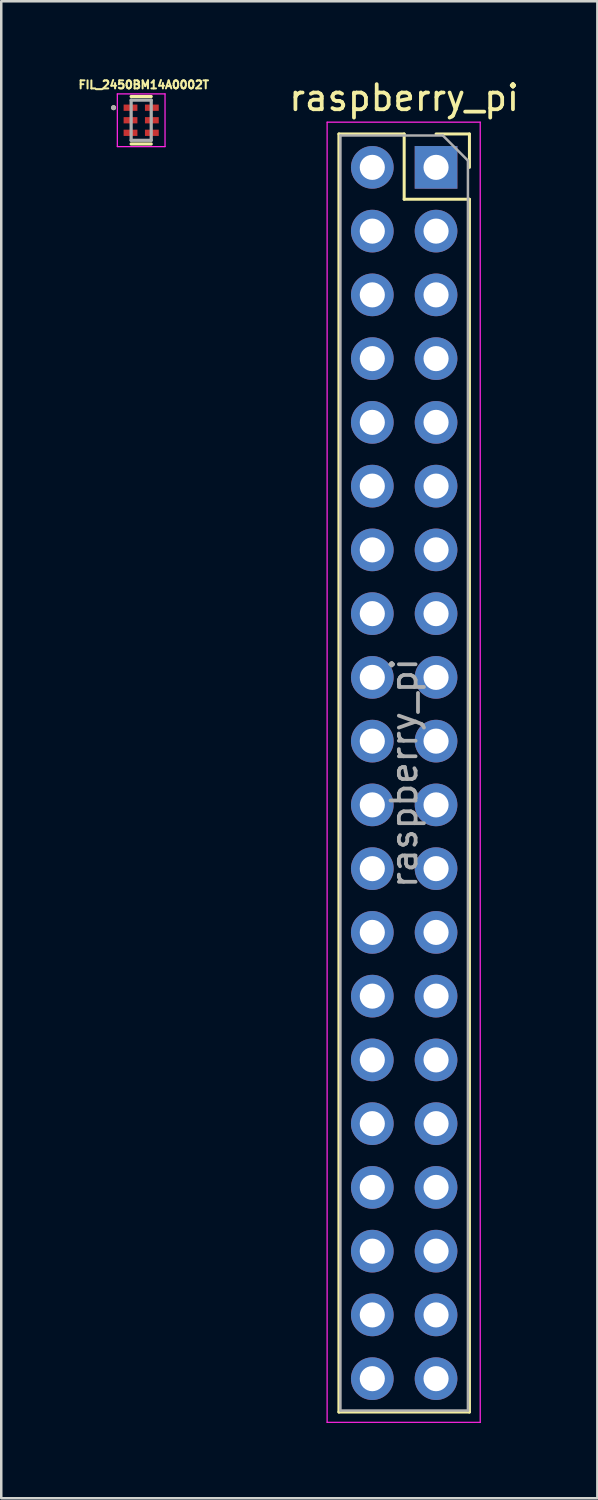
<source format=kicad_pcb>
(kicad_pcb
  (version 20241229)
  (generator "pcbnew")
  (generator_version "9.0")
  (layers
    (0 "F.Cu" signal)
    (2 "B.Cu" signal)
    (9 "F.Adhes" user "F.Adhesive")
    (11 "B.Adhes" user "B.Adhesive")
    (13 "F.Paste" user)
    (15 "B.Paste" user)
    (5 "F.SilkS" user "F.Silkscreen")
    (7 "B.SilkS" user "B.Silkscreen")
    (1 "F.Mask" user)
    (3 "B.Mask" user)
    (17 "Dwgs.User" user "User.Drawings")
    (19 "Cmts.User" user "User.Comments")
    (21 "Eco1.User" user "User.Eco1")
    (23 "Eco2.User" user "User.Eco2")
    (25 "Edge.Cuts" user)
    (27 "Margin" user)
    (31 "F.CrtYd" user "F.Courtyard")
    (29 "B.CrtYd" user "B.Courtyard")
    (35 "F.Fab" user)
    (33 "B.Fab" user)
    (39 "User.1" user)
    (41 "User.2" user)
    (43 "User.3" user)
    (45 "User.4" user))
  (footprint "raspberry_pi"
    (layer "F.Cu")
    (at 14.323 3.618)
    (property "Reference" "raspberry_pi" (at -1.27 -2.77 0) (layer "F.SilkS") (effects (font (size 1 1) (thickness 0.15))))
    (attr through_hole)
    (fp_line (start -3.87 -1.33) (end -3.87 49.59) (stroke (width 0.12) (type solid)) (layer "F.SilkS"))
    (fp_line (start -3.87 -1.33) (end -1.27 -1.33) (stroke (width 0.12) (type solid)) (layer "F.SilkS"))
    (fp_line (start -3.87 49.59) (end 1.33 49.59) (stroke (width 0.12) (type solid)) (layer "F.SilkS"))
    (fp_line (start -1.27 -1.33) (end -1.27 1.27) (stroke (width 0.12) (type solid)) (layer "F.SilkS"))
    (fp_line (start -1.27 1.27) (end 1.33 1.27) (stroke (width 0.12) (type solid)) (layer "F.SilkS"))
    (fp_line (start 0 -1.33) (end 1.33 -1.33) (stroke (width 0.12) (type solid)) (layer "F.SilkS"))
    (fp_line (start 1.33 -1.33) (end 1.33 0) (stroke (width 0.12) (type solid)) (layer "F.SilkS"))
    (fp_line (start 1.33 1.27) (end 1.33 49.59) (stroke (width 0.12) (type solid)) (layer "F.SilkS"))
    (fp_line (start -4.34 -1.8) (end 1.76 -1.8) (stroke (width 0.05) (type solid)) (layer "F.CrtYd"))
    (fp_line (start -4.34 50) (end -4.34 -1.8) (stroke (width 0.05) (type solid)) (layer "F.CrtYd"))
    (fp_line (start 1.76 -1.8) (end 1.76 50) (stroke (width 0.05) (type solid)) (layer "F.CrtYd"))
    (fp_line (start 1.76 50) (end -4.34 50) (stroke (width 0.05) (type solid)) (layer "F.CrtYd"))
    (fp_line (start -3.81 -1.27) (end 0.27 -1.27) (stroke (width 0.1) (type solid)) (layer "F.Fab"))
    (fp_line (start -3.81 49.53) (end -3.81 -1.27) (stroke (width 0.1) (type solid)) (layer "F.Fab"))
    (fp_line (start 0.27 -1.27) (end 1.27 -0.27) (stroke (width 0.1) (type solid)) (layer "F.Fab"))
    (fp_line (start 1.27 -0.27) (end 1.27 49.53) (stroke (width 0.1) (type solid)) (layer "F.Fab"))
    (fp_line (start 1.27 49.53) (end -3.81 49.53) (stroke (width 0.1) (type solid)) (layer "F.Fab"))
    (fp_text user "${REFERENCE}" (at -1.27 24.13 90) (layer "F.Fab") (effects (font (size 1 1) (thickness 0.15))))
    (pad "1" thru_hole rect (at 0 0) (size 1.7 1.7) (drill 1) (layers "*.Cu" "*.Mask"))
    (pad "2" thru_hole oval (at -2.54 0) (size 1.7 1.7) (drill 1) (layers "*.Cu" "*.Mask"))
    (pad "3" thru_hole oval (at 0 2.54) (size 1.7 1.7) (drill 1) (layers "*.Cu" "*.Mask"))
    (pad "4" thru_hole oval (at -2.54 2.54) (size 1.7 1.7) (drill 1) (layers "*.Cu" "*.Mask"))
    (pad "5" thru_hole oval (at 0 5.08) (size 1.7 1.7) (drill 1) (layers "*.Cu" "*.Mask"))
    (pad "6" thru_hole oval (at -2.54 5.08) (size 1.7 1.7) (drill 1) (layers "*.Cu" "*.Mask"))
    (pad "7" thru_hole oval (at 0 7.62) (size 1.7 1.7) (drill 1) (layers "*.Cu" "*.Mask"))
    (pad "8" thru_hole oval (at -2.54 7.62) (size 1.7 1.7) (drill 1) (layers "*.Cu" "*.Mask"))
    (pad "9" thru_hole oval (at 0 10.16) (size 1.7 1.7) (drill 1) (layers "*.Cu" "*.Mask"))
    (pad "10" thru_hole oval (at -2.54 10.16) (size 1.7 1.7) (drill 1) (layers "*.Cu" "*.Mask"))
    (pad "11" thru_hole oval (at 0 12.7) (size 1.7 1.7) (drill 1) (layers "*.Cu" "*.Mask"))
    (pad "12" thru_hole oval (at -2.54 12.7) (size 1.7 1.7) (drill 1) (layers "*.Cu" "*.Mask"))
    (pad "13" thru_hole oval (at 0 15.24) (size 1.7 1.7) (drill 1) (layers "*.Cu" "*.Mask"))
    (pad "14" thru_hole oval (at -2.54 15.24) (size 1.7 1.7) (drill 1) (layers "*.Cu" "*.Mask"))
    (pad "15" thru_hole oval (at 0 17.78) (size 1.7 1.7) (drill 1) (layers "*.Cu" "*.Mask"))
    (pad "16" thru_hole oval (at -2.54 17.78) (size 1.7 1.7) (drill 1) (layers "*.Cu" "*.Mask"))
    (pad "17" thru_hole oval (at 0 20.32) (size 1.7 1.7) (drill 1) (layers "*.Cu" "*.Mask"))
    (pad "18" thru_hole oval (at -2.54 20.32) (size 1.7 1.7) (drill 1) (layers "*.Cu" "*.Mask"))
    (pad "19" thru_hole oval (at 0 22.86) (size 1.7 1.7) (drill 1) (layers "*.Cu" "*.Mask"))
    (pad "20" thru_hole oval (at -2.54 22.86) (size 1.7 1.7) (drill 1) (layers "*.Cu" "*.Mask"))
    (pad "21" thru_hole oval (at 0 25.4) (size 1.7 1.7) (drill 1) (layers "*.Cu" "*.Mask"))
    (pad "22" thru_hole oval (at -2.54 25.4) (size 1.7 1.7) (drill 1) (layers "*.Cu" "*.Mask"))
    (pad "23" thru_hole oval (at 0 27.94) (size 1.7 1.7) (drill 1) (layers "*.Cu" "*.Mask"))
    (pad "24" thru_hole oval (at -2.54 27.94) (size 1.7 1.7) (drill 1) (layers "*.Cu" "*.Mask"))
    (pad "25" thru_hole oval (at 0 30.48) (size 1.7 1.7) (drill 1) (layers "*.Cu" "*.Mask"))
    (pad "26" thru_hole oval (at -2.54 30.48) (size 1.7 1.7) (drill 1) (layers "*.Cu" "*.Mask"))
    (pad "27" thru_hole oval (at 0 33.02) (size 1.7 1.7) (drill 1) (layers "*.Cu" "*.Mask"))
    (pad "28" thru_hole oval (at -2.54 33.02) (size 1.7 1.7) (drill 1) (layers "*.Cu" "*.Mask"))
    (pad "29" thru_hole oval (at 0 35.56) (size 1.7 1.7) (drill 1) (layers "*.Cu" "*.Mask"))
    (pad "30" thru_hole oval (at -2.54 35.56) (size 1.7 1.7) (drill 1) (layers "*.Cu" "*.Mask"))
    (pad "31" thru_hole oval (at 0 38.1) (size 1.7 1.7) (drill 1) (layers "*.Cu" "*.Mask"))
    (pad "32" thru_hole oval (at -2.54 38.1) (size 1.7 1.7) (drill 1) (layers "*.Cu" "*.Mask"))
    (pad "33" thru_hole oval (at 0 40.64) (size 1.7 1.7) (drill 1) (layers "*.Cu" "*.Mask"))
    (pad "34" thru_hole oval (at -2.54 40.64) (size 1.7 1.7) (drill 1) (layers "*.Cu" "*.Mask"))
    (pad "35" thru_hole oval (at 0 43.18) (size 1.7 1.7) (drill 1) (layers "*.Cu" "*.Mask"))
    (pad "36" thru_hole oval (at -2.54 43.18) (size 1.7 1.7) (drill 1) (layers "*.Cu" "*.Mask"))
    (pad "37" thru_hole oval (at 0 45.72) (size 1.7 1.7) (drill 1) (layers "*.Cu" "*.Mask"))
    (pad "38" thru_hole oval (at -2.54 45.72) (size 1.7 1.7) (drill 1) (layers "*.Cu" "*.Mask"))
    (pad "39" thru_hole oval (at 0 48.26) (size 1.7 1.7) (drill 1) (layers "*.Cu" "*.Mask"))
    (pad "40" thru_hole oval (at -2.54 48.26) (size 1.7 1.7) (drill 1) (layers "*.Cu" "*.Mask")))
  (footprint "FIL_2450BM14A0002T"
    (layer "F.Cu")
    (at 2.575 1.741)
    (property "Reference" "FIL_2450BM14A0002T" (at 0.103 -1.413 0) (layer "F.SilkS") (effects (font (size 0.32 0.32) (thickness 0.15))))
    (attr through_hole)
    (fp_line (start -0.4 -0.945) (end 0.4 -0.945) (stroke (width 0.127) (type solid)) (layer "F.SilkS"))
    (fp_line (start -0.4 0.945) (end 0.4 0.945) (stroke (width 0.127) (type solid)) (layer "F.SilkS"))
    (fp_circle (center -1.1 -0.5) (end -1.05 -0.5) (stroke (width 0.1) (type solid)) (fill no) (layer "F.SilkS"))
    (fp_line (start -0.95 -1.05) (end 0.95 -1.05) (stroke (width 0.05) (type solid)) (layer "F.CrtYd"))
    (fp_line (start -0.95 1.05) (end -0.95 -1.05) (stroke (width 0.05) (type solid)) (layer "F.CrtYd"))
    (fp_line (start 0.95 -1.05) (end 0.95 1.05) (stroke (width 0.05) (type solid)) (layer "F.CrtYd"))
    (fp_line (start 0.95 1.05) (end -0.95 1.05) (stroke (width 0.05) (type solid)) (layer "F.CrtYd"))
    (fp_line (start -0.4 -0.8) (end 0.4 -0.8) (stroke (width 0.127) (type solid)) (layer "F.Fab"))
    (fp_line (start -0.4 0.8) (end -0.4 -0.8) (stroke (width 0.127) (type solid)) (layer "F.Fab"))
    (fp_line (start 0.4 -0.8) (end 0.4 0.8) (stroke (width 0.127) (type solid)) (layer "F.Fab"))
    (fp_line (start 0.4 0.8) (end -0.4 0.8) (stroke (width 0.127) (type solid)) (layer "F.Fab"))
    (fp_circle (center -1.1 -0.5) (end -1.05 -0.5) (stroke (width 0.1) (type solid)) (fill no) (layer "F.Fab"))
    (pad "1" smd rect (at -0.425 -0.5) (size 0.55 0.25) (layers "F.Cu" "F.Mask" "F.Paste"))
    (pad "2" smd rect (at -0.425 0) (size 0.55 0.25) (layers "F.Cu" "F.Mask" "F.Paste"))
    (pad "3" smd rect (at -0.425 0.5) (size 0.55 0.25) (layers "F.Cu" "F.Mask" "F.Paste"))
    (pad "4" smd rect (at 0.425 0.5) (size 0.55 0.25) (layers "F.Cu" "F.Mask" "F.Paste"))
    (pad "5" smd rect (at 0.425 0) (size 0.55 0.25) (layers "F.Cu" "F.Mask" "F.Paste"))
    (pad "6" smd rect (at 0.425 -0.5) (size 0.55 0.25) (layers "F.Cu" "F.Mask" "F.Paste")))
  (gr_rect
    (start -3 -3)
    (end 20.75 56.643)
    (stroke (width 0.1) (type default))
    (fill no)
    (layer "Edge.Cuts")))
</source>
